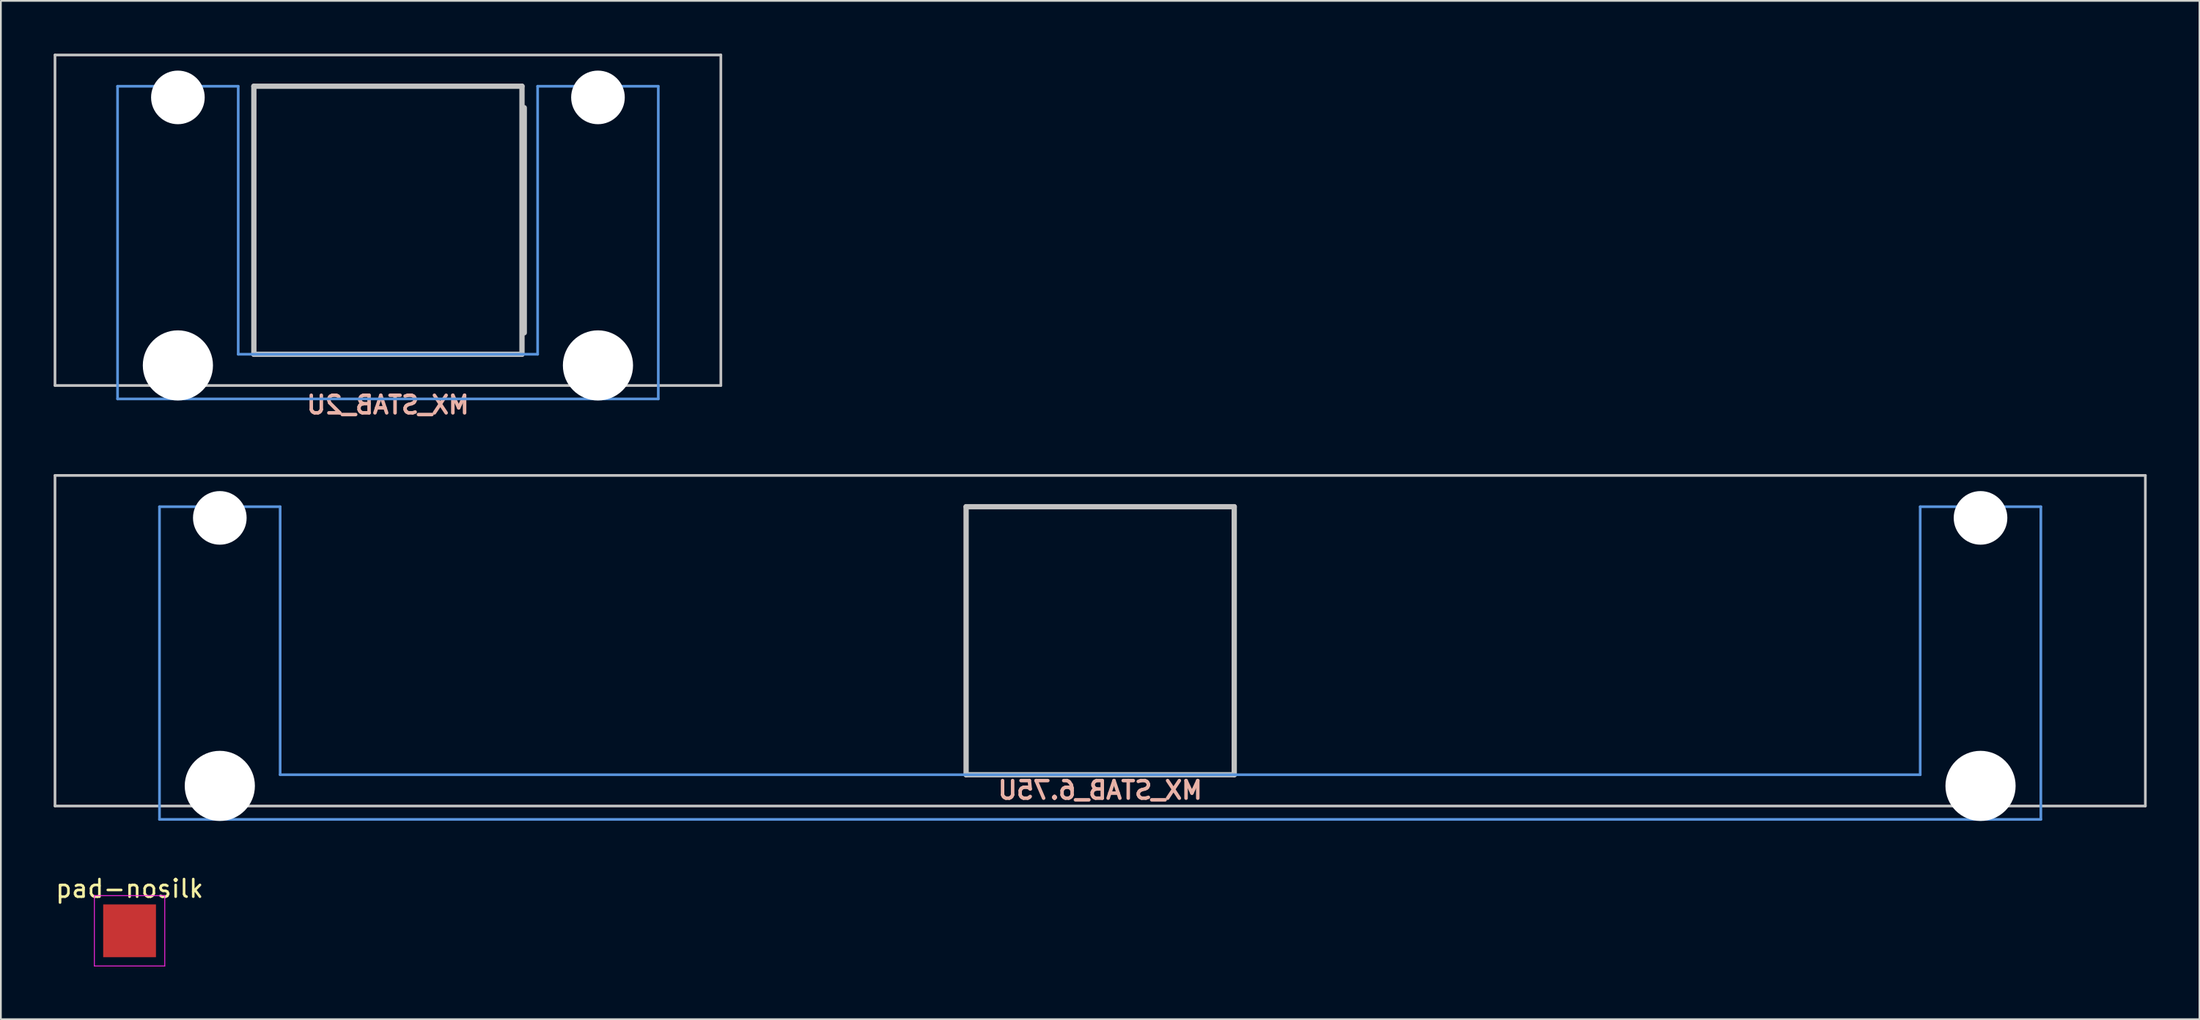
<source format=kicad_pcb>
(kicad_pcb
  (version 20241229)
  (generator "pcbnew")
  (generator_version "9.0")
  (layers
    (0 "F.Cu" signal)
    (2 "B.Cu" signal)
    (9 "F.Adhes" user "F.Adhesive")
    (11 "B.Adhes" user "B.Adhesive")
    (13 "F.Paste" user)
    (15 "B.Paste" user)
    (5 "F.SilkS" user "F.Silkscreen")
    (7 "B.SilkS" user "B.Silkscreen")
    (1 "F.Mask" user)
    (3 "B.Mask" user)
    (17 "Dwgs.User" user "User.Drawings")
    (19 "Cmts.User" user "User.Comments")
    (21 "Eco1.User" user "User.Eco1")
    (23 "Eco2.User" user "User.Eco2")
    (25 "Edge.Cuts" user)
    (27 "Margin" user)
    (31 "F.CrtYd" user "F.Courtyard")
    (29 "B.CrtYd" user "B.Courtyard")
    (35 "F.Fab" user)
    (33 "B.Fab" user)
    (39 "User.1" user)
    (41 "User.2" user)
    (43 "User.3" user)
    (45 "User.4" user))
  (footprint "pad-nosilk"
    (layer "F.Cu")
    (at 4.315 49.88)
    (property "Reference" "pad-nosilk" (at 0 -2.398 0) (layer "F.SilkS") (effects (font (size 1 1) (thickness 0.15))))
    (attr exclude_from_pos_files exclude_from_bom)
    (fp_line (start -2 -2) (end -2 2) (stroke (width 0.05) (type solid)) (layer "F.CrtYd"))
    (fp_line (start -2 -2) (end 2 -2) (stroke (width 0.05) (type solid)) (layer "F.CrtYd"))
    (fp_line (start 2 2) (end -2 2) (stroke (width 0.05) (type solid)) (layer "F.CrtYd"))
    (fp_line (start 2 2) (end 2 -2) (stroke (width 0.05) (type solid)) (layer "F.CrtYd"))
    (pad "1" smd rect (at 0 0) (size 3 3) (layers "F.Cu" "F.Mask")))
  (footprint "MX_STAB_6.75U"
    (layer "F.Cu")
    (at 59.482 33.384)
    (property "Reference" "MX_STAB_6.75U" (at 0 8.5 0) (layer "B.SilkS") (effects (font (size 1 1) (thickness 0.2)) (justify mirror)))
    (attr through_hole)
    (fp_line (start -59.406 -9.398) (end 59.406 -9.398) (stroke (width 0.152) (type solid)) (layer "Dwgs.User"))
    (fp_line (start -59.406 9.398) (end -59.406 -9.398) (stroke (width 0.152) (type solid)) (layer "Dwgs.User"))
    (fp_line (start -7.62 -7.62) (end 7.62 -7.62) (stroke (width 0.3) (type solid)) (layer "Dwgs.User"))
    (fp_line (start -7.62 7.62) (end -7.62 -7.62) (stroke (width 0.3) (type solid)) (layer "Dwgs.User"))
    (fp_line (start 7.62 -7.62) (end 7.62 7.62) (stroke (width 0.3) (type solid)) (layer "Dwgs.User"))
    (fp_line (start 7.62 7.62) (end -7.62 7.62) (stroke (width 0.3) (type solid)) (layer "Dwgs.User"))
    (fp_line (start 59.406 -9.398) (end 59.406 9.398) (stroke (width 0.152) (type solid)) (layer "Dwgs.User"))
    (fp_line (start 59.406 9.398) (end -59.406 9.398) (stroke (width 0.152) (type solid)) (layer "Dwgs.User"))
    (fp_line (start -53.467 -7.62) (end -53.467 10.16) (stroke (width 0.152) (type solid)) (layer "Cmts.User"))
    (fp_line (start -53.467 10.16) (end 53.467 10.16) (stroke (width 0.152) (type solid)) (layer "Cmts.User"))
    (fp_line (start -46.609 -7.62) (end -53.467 -7.62) (stroke (width 0.152) (type solid)) (layer "Cmts.User"))
    (fp_line (start -46.609 7.62) (end -46.609 -7.62) (stroke (width 0.152) (type solid)) (layer "Cmts.User"))
    (fp_line (start 46.609 -7.62) (end 46.609 7.62) (stroke (width 0.152) (type solid)) (layer "Cmts.User"))
    (fp_line (start 46.609 7.62) (end -46.609 7.62) (stroke (width 0.152) (type solid)) (layer "Cmts.User"))
    (fp_line (start 53.467 -7.62) (end 46.609 -7.62) (stroke (width 0.152) (type solid)) (layer "Cmts.User"))
    (fp_line (start 53.467 10.16) (end 53.467 -7.62) (stroke (width 0.152) (type solid)) (layer "Cmts.User"))
    (fp_line (start -54.229 -2.286) (end -53.365 -2.286) (stroke (width 0.152) (type solid)) (layer "Eco2.User"))
    (fp_line (start -54.229 0.508) (end -54.229 -2.286) (stroke (width 0.152) (type solid)) (layer "Eco2.User"))
    (fp_line (start -53.365 -5.69) (end -46.711 -5.69) (stroke (width 0.152) (type solid)) (layer "Eco2.User"))
    (fp_line (start -53.365 -2.286) (end -53.365 -5.69) (stroke (width 0.152) (type solid)) (layer "Eco2.User"))
    (fp_line (start -53.365 0.508) (end -54.229 0.508) (stroke (width 0.152) (type solid)) (layer "Eco2.User"))
    (fp_line (start -53.365 6.604) (end -53.365 0.508) (stroke (width 0.152) (type solid)) (layer "Eco2.User"))
    (fp_line (start -52.324 6.604) (end -53.365 6.604) (stroke (width 0.152) (type solid)) (layer "Eco2.User"))
    (fp_line (start -52.324 7.772) (end -52.324 6.604) (stroke (width 0.152) (type solid)) (layer "Eco2.User"))
    (fp_line (start -47.752 6.604) (end -47.752 7.772) (stroke (width 0.152) (type solid)) (layer "Eco2.User"))
    (fp_line (start -47.752 7.772) (end -52.324 7.772) (stroke (width 0.152) (type solid)) (layer "Eco2.User"))
    (fp_line (start -46.711 -5.69) (end -46.711 -2.286) (stroke (width 0.152) (type solid)) (layer "Eco2.User"))
    (fp_line (start -46.711 -2.286) (end -6.985 -2.286) (stroke (width 0.152) (type solid)) (layer "Eco2.User"))
    (fp_line (start -46.711 2.286) (end -46.711 6.604) (stroke (width 0.152) (type solid)) (layer "Eco2.User"))
    (fp_line (start -46.711 6.604) (end -47.752 6.604) (stroke (width 0.152) (type solid)) (layer "Eco2.User"))
    (fp_line (start -6.985 -6.985) (end 6.985 -6.985) (stroke (width 0.152) (type solid)) (layer "Eco2.User"))
    (fp_line (start -6.985 -2.286) (end -6.985 -6.985) (stroke (width 0.152) (type solid)) (layer "Eco2.User"))
    (fp_line (start -6.985 2.286) (end -46.711 2.286) (stroke (width 0.152) (type solid)) (layer "Eco2.User"))
    (fp_line (start -6.985 6.985) (end -6.985 2.286) (stroke (width 0.152) (type solid)) (layer "Eco2.User"))
    (fp_line (start 6.985 -6.985) (end 6.985 -2.286) (stroke (width 0.152) (type solid)) (layer "Eco2.User"))
    (fp_line (start 6.985 -2.286) (end 46.711 -2.286) (stroke (width 0.152) (type solid)) (layer "Eco2.User"))
    (fp_line (start 6.985 2.286) (end 6.985 6.985) (stroke (width 0.152) (type solid)) (layer "Eco2.User"))
    (fp_line (start 6.985 6.985) (end -6.985 6.985) (stroke (width 0.152) (type solid)) (layer "Eco2.User"))
    (fp_line (start 46.711 -5.69) (end 53.365 -5.69) (stroke (width 0.152) (type solid)) (layer "Eco2.User"))
    (fp_line (start 46.711 -2.286) (end 46.711 -5.69) (stroke (width 0.152) (type solid)) (layer "Eco2.User"))
    (fp_line (start 46.711 2.286) (end 6.985 2.286) (stroke (width 0.152) (type solid)) (layer "Eco2.User"))
    (fp_line (start 46.711 6.604) (end 46.711 2.286) (stroke (width 0.152) (type solid)) (layer "Eco2.User"))
    (fp_line (start 47.752 6.604) (end 46.711 6.604) (stroke (width 0.152) (type solid)) (layer "Eco2.User"))
    (fp_line (start 47.752 7.772) (end 47.752 6.604) (stroke (width 0.152) (type solid)) (layer "Eco2.User"))
    (fp_line (start 52.324 6.604) (end 52.324 7.772) (stroke (width 0.152) (type solid)) (layer "Eco2.User"))
    (fp_line (start 52.324 7.772) (end 47.752 7.772) (stroke (width 0.152) (type solid)) (layer "Eco2.User"))
    (fp_line (start 53.365 -5.69) (end 53.365 -2.286) (stroke (width 0.152) (type solid)) (layer "Eco2.User"))
    (fp_line (start 53.365 -2.286) (end 54.229 -2.286) (stroke (width 0.152) (type solid)) (layer "Eco2.User"))
    (fp_line (start 53.365 0.508) (end 53.365 6.604) (stroke (width 0.152) (type solid)) (layer "Eco2.User"))
    (fp_line (start 53.365 6.604) (end 52.324 6.604) (stroke (width 0.152) (type solid)) (layer "Eco2.User"))
    (fp_line (start 54.229 -2.286) (end 54.229 0.508) (stroke (width 0.152) (type solid)) (layer "Eco2.User"))
    (fp_line (start 54.229 0.508) (end 53.365 0.508) (stroke (width 0.152) (type solid)) (layer "Eco2.User"))
    (pad "" np_thru_hole circle (at -50.038 -6.985) (size 3.048 3.048) (drill 3.048) (layers "*.Cu" "*.Mask"))
    (pad "" np_thru_hole circle (at -50.038 8.255) (size 3.988 3.988) (drill 3.988) (layers "*.Cu" "*.Mask"))
    (pad "" np_thru_hole circle (at 50.038 -6.985) (size 3.048 3.048) (drill 3.048) (layers "*.Cu" "*.Mask"))
    (pad "" np_thru_hole circle (at 50.038 8.255) (size 3.988 3.988) (drill 3.988) (layers "*.Cu" "*.Mask")))
  (footprint "MX_STAB_2U"
    (layer "F.Cu")
    (at 18.999 9.474)
    (property "Reference" "MX_STAB_2U" (at 0 10.5 0) (layer "B.SilkS") (effects (font (size 1 1) (thickness 0.2)) (justify mirror)))
    (attr through_hole)
    (fp_line (start -18.923 -9.398) (end 18.923 -9.398) (stroke (width 0.152) (type solid)) (layer "Dwgs.User"))
    (fp_line (start -18.923 9.398) (end -18.923 -9.398) (stroke (width 0.152) (type solid)) (layer "Dwgs.User"))
    (fp_line (start -7.62 -7.62) (end 7.62 -7.62) (stroke (width 0.3) (type solid)) (layer "Dwgs.User"))
    (fp_line (start -7.62 7.62) (end -7.62 -7.62) (stroke (width 0.3) (type solid)) (layer "Dwgs.User"))
    (fp_line (start 7.62 -7.62) (end 7.62 7.62) (stroke (width 0.3) (type solid)) (layer "Dwgs.User"))
    (fp_line (start 7.62 7.62) (end -7.62 7.62) (stroke (width 0.3) (type solid)) (layer "Dwgs.User"))
    (fp_line (start 7.75 6.4) (end 7.75 -6.4) (stroke (width 0.3) (type solid)) (layer "Dwgs.User"))
    (fp_line (start 18.923 -9.398) (end 18.923 9.398) (stroke (width 0.152) (type solid)) (layer "Dwgs.User"))
    (fp_line (start 18.923 9.398) (end -18.923 9.398) (stroke (width 0.152) (type solid)) (layer "Dwgs.User"))
    (fp_line (start -15.367 -7.62) (end -15.367 10.16) (stroke (width 0.152) (type solid)) (layer "Cmts.User"))
    (fp_line (start -15.367 10.16) (end 15.367 10.16) (stroke (width 0.152) (type solid)) (layer "Cmts.User"))
    (fp_line (start -8.509 -7.62) (end -15.367 -7.62) (stroke (width 0.152) (type solid)) (layer "Cmts.User"))
    (fp_line (start -8.509 7.62) (end -8.509 -7.62) (stroke (width 0.152) (type solid)) (layer "Cmts.User"))
    (fp_line (start 8.509 -7.62) (end 8.509 7.62) (stroke (width 0.152) (type solid)) (layer "Cmts.User"))
    (fp_line (start 8.509 7.62) (end -8.509 7.62) (stroke (width 0.152) (type solid)) (layer "Cmts.User"))
    (fp_line (start 15.367 -7.62) (end 8.509 -7.62) (stroke (width 0.152) (type solid)) (layer "Cmts.User"))
    (fp_line (start 15.367 10.16) (end 15.367 -7.62) (stroke (width 0.152) (type solid)) (layer "Cmts.User"))
    (fp_line (start -16.129 -2.286) (end -15.265 -2.286) (stroke (width 0.152) (type solid)) (layer "Eco2.User"))
    (fp_line (start -16.129 0.508) (end -16.129 -2.286) (stroke (width 0.152) (type solid)) (layer "Eco2.User"))
    (fp_line (start -15.265 -5.69) (end -8.611 -5.69) (stroke (width 0.152) (type solid)) (layer "Eco2.User"))
    (fp_line (start -15.265 -2.286) (end -15.265 -5.69) (stroke (width 0.152) (type solid)) (layer "Eco2.User"))
    (fp_line (start -15.265 0.508) (end -16.129 0.508) (stroke (width 0.152) (type solid)) (layer "Eco2.User"))
    (fp_line (start -15.265 6.604) (end -15.265 0.508) (stroke (width 0.152) (type solid)) (layer "Eco2.User"))
    (fp_line (start -14.224 6.604) (end -15.265 6.604) (stroke (width 0.152) (type solid)) (layer "Eco2.User"))
    (fp_line (start -14.224 7.772) (end -14.224 6.604) (stroke (width 0.152) (type solid)) (layer "Eco2.User"))
    (fp_line (start -9.652 6.604) (end -9.652 7.772) (stroke (width 0.152) (type solid)) (layer "Eco2.User"))
    (fp_line (start -9.652 7.772) (end -14.224 7.772) (stroke (width 0.152) (type solid)) (layer "Eco2.User"))
    (fp_line (start -8.611 -5.69) (end -8.611 -4.877) (stroke (width 0.152) (type solid)) (layer "Eco2.User"))
    (fp_line (start -8.611 -4.877) (end -6.985 -4.877) (stroke (width 0.152) (type solid)) (layer "Eco2.User"))
    (fp_line (start -8.611 5.817) (end -8.611 6.604) (stroke (width 0.152) (type solid)) (layer "Eco2.User"))
    (fp_line (start -8.611 6.604) (end -9.652 6.604) (stroke (width 0.152) (type solid)) (layer "Eco2.User"))
    (fp_line (start -6.985 -6.985) (end 6.985 -6.985) (stroke (width 0.152) (type solid)) (layer "Eco2.User"))
    (fp_line (start -6.985 -4.877) (end -6.985 -6.985) (stroke (width 0.152) (type solid)) (layer "Eco2.User"))
    (fp_line (start -6.985 5.817) (end -8.611 5.817) (stroke (width 0.152) (type solid)) (layer "Eco2.User"))
    (fp_line (start -6.985 6.985) (end -6.985 5.817) (stroke (width 0.152) (type solid)) (layer "Eco2.User"))
    (fp_line (start 6.985 -6.985) (end 6.985 -4.877) (stroke (width 0.152) (type solid)) (layer "Eco2.User"))
    (fp_line (start 6.985 -4.877) (end 8.611 -4.877) (stroke (width 0.152) (type solid)) (layer "Eco2.User"))
    (fp_line (start 6.985 5.817) (end 6.985 6.985) (stroke (width 0.152) (type solid)) (layer "Eco2.User"))
    (fp_line (start 6.985 6.985) (end -6.985 6.985) (stroke (width 0.152) (type solid)) (layer "Eco2.User"))
    (fp_line (start 8.611 -5.69) (end 15.265 -5.69) (stroke (width 0.152) (type solid)) (layer "Eco2.User"))
    (fp_line (start 8.611 -4.877) (end 8.611 -5.69) (stroke (width 0.152) (type solid)) (layer "Eco2.User"))
    (fp_line (start 8.611 5.817) (end 6.985 5.817) (stroke (width 0.152) (type solid)) (layer "Eco2.User"))
    (fp_line (start 8.611 6.604) (end 8.611 5.817) (stroke (width 0.152) (type solid)) (layer "Eco2.User"))
    (fp_line (start 9.652 6.604) (end 8.611 6.604) (stroke (width 0.152) (type solid)) (layer "Eco2.User"))
    (fp_line (start 9.652 7.772) (end 9.652 6.604) (stroke (width 0.152) (type solid)) (layer "Eco2.User"))
    (fp_line (start 14.224 6.604) (end 14.224 7.772) (stroke (width 0.152) (type solid)) (layer "Eco2.User"))
    (fp_line (start 14.224 7.772) (end 9.652 7.772) (stroke (width 0.152) (type solid)) (layer "Eco2.User"))
    (fp_line (start 15.265 -5.69) (end 15.265 -2.286) (stroke (width 0.152) (type solid)) (layer "Eco2.User"))
    (fp_line (start 15.265 -2.286) (end 16.129 -2.286) (stroke (width 0.152) (type solid)) (layer "Eco2.User"))
    (fp_line (start 15.265 0.508) (end 15.265 6.604) (stroke (width 0.152) (type solid)) (layer "Eco2.User"))
    (fp_line (start 15.265 6.604) (end 14.224 6.604) (stroke (width 0.152) (type solid)) (layer "Eco2.User"))
    (fp_line (start 16.129 -2.286) (end 16.129 0.508) (stroke (width 0.152) (type solid)) (layer "Eco2.User"))
    (fp_line (start 16.129 0.508) (end 15.265 0.508) (stroke (width 0.152) (type solid)) (layer "Eco2.User"))
    (pad "" np_thru_hole circle (at -11.938 -6.985) (size 3.048 3.048) (drill 3.048) (layers "*.Cu" "*.Mask"))
    (pad "" np_thru_hole circle (at -11.938 8.255) (size 3.988 3.988) (drill 3.988) (layers "*.Cu" "*.Mask"))
    (pad "" np_thru_hole circle (at 11.938 -6.985) (size 3.048 3.048) (drill 3.048) (layers "*.Cu" "*.Mask"))
    (pad "" np_thru_hole circle (at 11.938 8.255) (size 3.988 3.988) (drill 3.988) (layers "*.Cu" "*.Mask")))
  (gr_rect
    (start -3 -3)
    (end 121.963 54.905)
    (stroke (width 0.1) (type default))
    (fill no)
    (layer "Edge.Cuts")))
</source>
